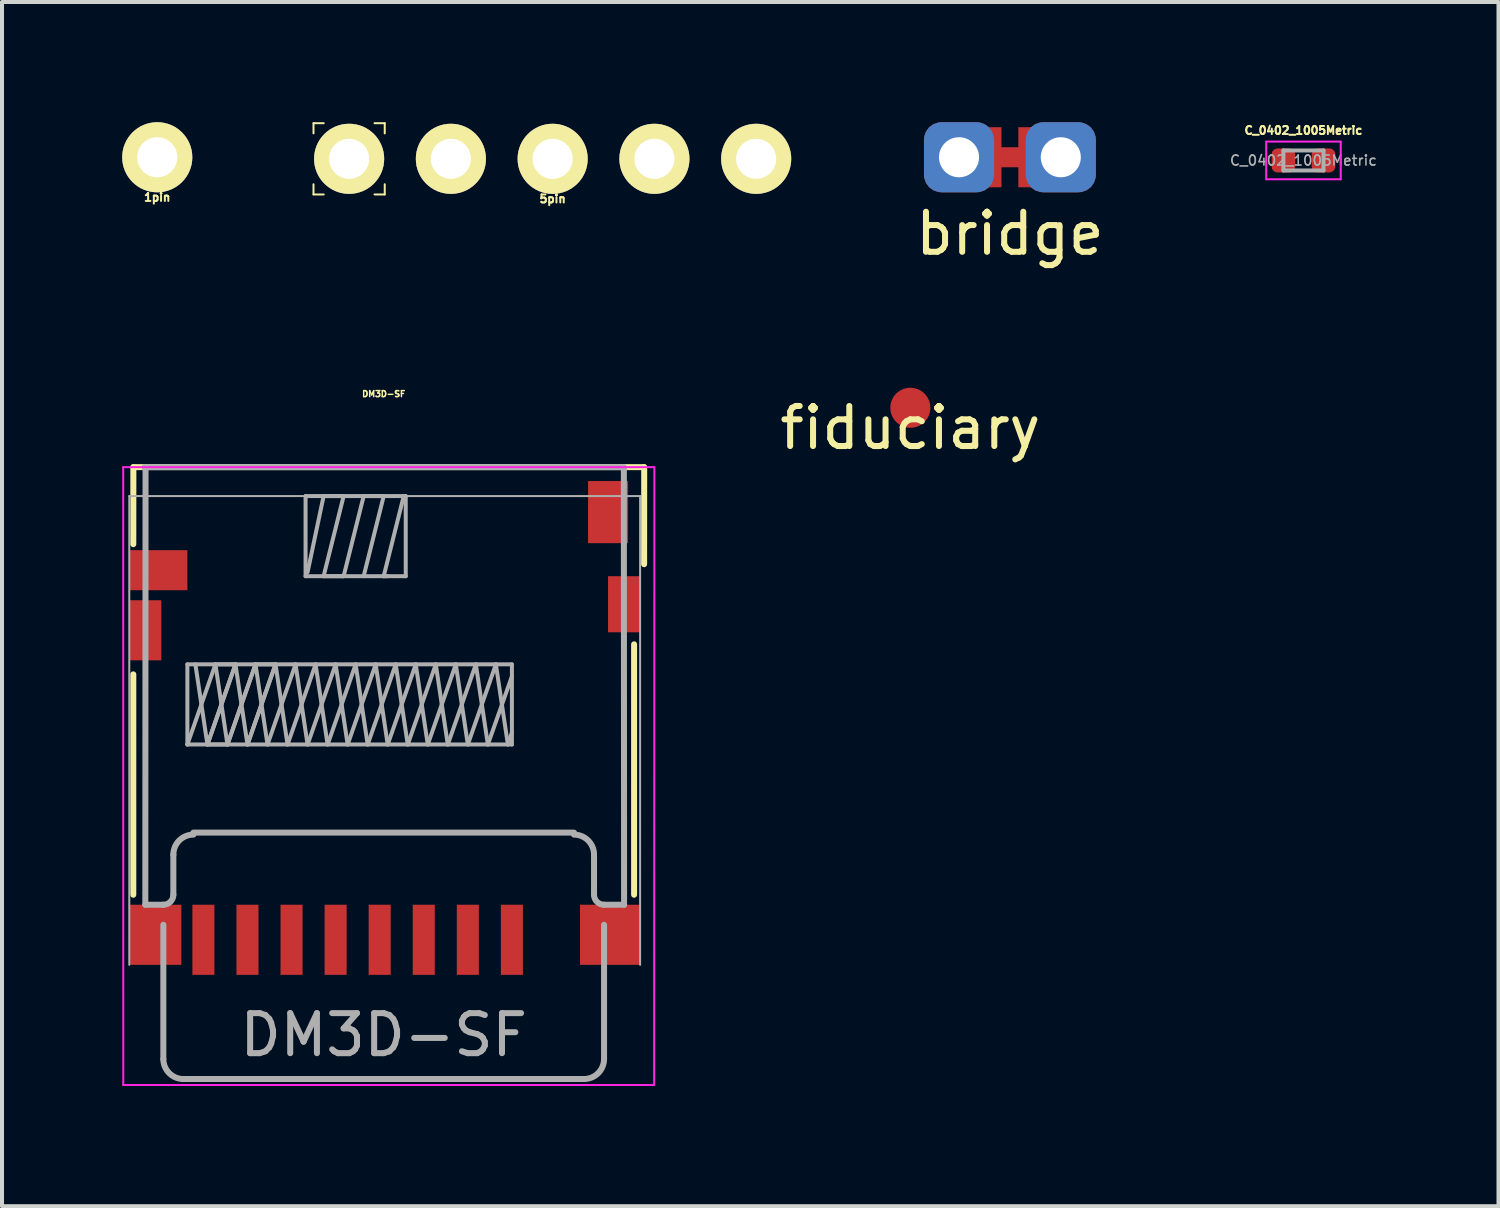
<source format=kicad_pcb>
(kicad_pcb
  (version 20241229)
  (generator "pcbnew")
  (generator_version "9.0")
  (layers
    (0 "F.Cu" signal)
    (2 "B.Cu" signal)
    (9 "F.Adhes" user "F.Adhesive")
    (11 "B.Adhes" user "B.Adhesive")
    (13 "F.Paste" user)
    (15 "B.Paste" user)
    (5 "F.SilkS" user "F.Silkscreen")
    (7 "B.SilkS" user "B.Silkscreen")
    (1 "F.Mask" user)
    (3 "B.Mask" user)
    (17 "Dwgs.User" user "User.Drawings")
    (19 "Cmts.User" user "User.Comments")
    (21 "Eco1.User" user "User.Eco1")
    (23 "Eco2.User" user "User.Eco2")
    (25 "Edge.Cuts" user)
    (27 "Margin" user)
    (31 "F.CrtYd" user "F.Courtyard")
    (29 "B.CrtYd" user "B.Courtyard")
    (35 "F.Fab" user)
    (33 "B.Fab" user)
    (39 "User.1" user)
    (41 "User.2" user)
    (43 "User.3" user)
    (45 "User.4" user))
  (footprint "bridge"
    (layer "F.Cu")
    (at 22.157 0.875)
    (property "Reference" "bridge" (at 0 1.905 0) (layer "F.SilkS") (effects (font (size 1 1) (thickness 0.15))))
    (attr through_hole)
    (pad "1" thru_hole roundrect (at -1.27 0) (size 1.75 1.75) (drill 1) (layers "*.Cu" "*.Mask") (roundrect_rratio 0.25))
    (pad "1" connect rect (at -0.635 0) (size 0.85 1.5) (layers "F.Cu" "F.Mask"))
    (pad "2" smd rect (at 0 0) (size 1 0.5) (layers "F.Cu" "F.Mask"))
    (pad "2" connect rect (at 0.635 0) (size 0.85 1.5) (layers "F.Cu" "F.Mask"))
    (pad "3" thru_hole roundrect (at 1.27 0) (size 1.75 1.75) (drill 1) (layers "*.Cu" "*.Mask") (roundrect_rratio 0.25)))
  (footprint "1pin"
    (layer "F.Cu")
    (at 0.875 0.875)
    (property "Reference" "1pin" (at 0 1 0) (layer "F.SilkS") (effects (font (size 0.2 0.2) (thickness 0.05))))
    (attr through_hole)
    (pad "1" thru_hole circle (at 0 0) (size 1.75 1.75) (drill 1) (layers "*.Cu" "*.Mask" "F.SilkS")))
  (footprint "5pin"
    (layer "F.Cu")
    (at 10.744 0.914)
    (property "Reference" "5pin" (at 0 1 0) (layer "F.SilkS") (effects (font (size 0.2 0.2) (thickness 0.05))))
    (attr through_hole)
    (fp_line (start -5.969 -0.889) (end -5.715 -0.889) (stroke (width 0.05) (type solid)) (layer "F.SilkS"))
    (fp_line (start -5.969 -0.635) (end -5.969 -0.889) (stroke (width 0.05) (type solid)) (layer "F.SilkS"))
    (fp_line (start -5.969 0.635) (end -5.969 0.889) (stroke (width 0.05) (type solid)) (layer "F.SilkS"))
    (fp_line (start -5.969 0.889) (end -5.715 0.889) (stroke (width 0.05) (type solid)) (layer "F.SilkS"))
    (fp_line (start -4.445 -0.889) (end -4.191 -0.889) (stroke (width 0.05) (type solid)) (layer "F.SilkS"))
    (fp_line (start -4.445 0.889) (end -4.191 0.889) (stroke (width 0.05) (type solid)) (layer "F.SilkS"))
    (fp_line (start -4.191 -0.889) (end -4.191 -0.635) (stroke (width 0.05) (type solid)) (layer "F.SilkS"))
    (fp_line (start -4.191 0.889) (end -4.191 0.635) (stroke (width 0.05) (type solid)) (layer "F.SilkS"))
    (pad "1" thru_hole circle (at -5.08 0) (size 1.75 1.75) (drill 1) (layers "*.Cu" "*.Mask" "F.SilkS"))
    (pad "2" thru_hole circle (at -2.54 0) (size 1.75 1.75) (drill 1) (layers "*.Cu" "*.Mask" "F.SilkS"))
    (pad "3" thru_hole circle (at 0 0) (size 1.75 1.75) (drill 1) (layers "*.Cu" "*.Mask" "F.SilkS"))
    (pad "4" thru_hole circle (at 2.54 0) (size 1.75 1.75) (drill 1) (layers "*.Cu" "*.Mask" "F.SilkS"))
    (pad "5" thru_hole circle (at 5.08 0) (size 1.75 1.75) (drill 1) (layers "*.Cu" "*.Mask" "F.SilkS")))
  (footprint "DM3D-SF"
    (layer "F.Cu")
    (at 6.527 19.532)
    (property "Reference" "DM3D-SF" (at 0 -12.75 0) (layer "F.SilkS") (effects (font (size 0.15 0.15) (thickness 0.037))))
    (attr smd)
    (fp_line (start -6.25 -10.922) (end 6.5 -10.922) (stroke (width 0.15) (type solid)) (layer "F.SilkS"))
    (fp_line (start -6.25 -9) (end -6.248 -10.922) (stroke (width 0.15) (type solid)) (layer "F.SilkS"))
    (fp_line (start -6.25 -5.75) (end -6.25 -0.25) (stroke (width 0.15) (type solid)) (layer "F.SilkS"))
    (fp_line (start 6.25 -6.5) (end 6.25 -0.25) (stroke (width 0.15) (type solid)) (layer "F.SilkS"))
    (fp_line (start 6.502 -10.922) (end 6.5 -8.5) (stroke (width 0.15) (type solid)) (layer "F.SilkS"))
    (fp_line (start -6.5 -10.922) (end 6.75 -10.922) (stroke (width 0.05) (type solid)) (layer "F.CrtYd"))
    (fp_line (start -6.5 4.5) (end -6.502 -10.922) (stroke (width 0.05) (type solid)) (layer "F.CrtYd"))
    (fp_line (start 6.75 4.5) (end -6.5 4.5) (stroke (width 0.05) (type solid)) (layer "F.CrtYd"))
    (fp_line (start 6.756 -10.922) (end 6.75 4.5) (stroke (width 0.05) (type solid)) (layer "F.CrtYd"))
    (fp_line (start -6.35 -10.2) (end 6.4 -10.2) (stroke (width 0.05) (type solid)) (layer "F.Fab"))
    (fp_line (start -6.35 1.5) (end -6.35 -10.2) (stroke (width 0.05) (type solid)) (layer "F.Fab"))
    (fp_line (start -5.969 -10.922) (end 5.981 -10.922) (stroke (width 0.15) (type solid)) (layer "F.Fab"))
    (fp_line (start -5.95 0) (end -5.944 -10.922) (stroke (width 0.15) (type solid)) (layer "F.Fab"))
    (fp_line (start -5.95 0) (end -5.5 0) (stroke (width 0.15) (type solid)) (layer "F.Fab"))
    (fp_line (start -5.5 0.5) (end -5.5 3.85) (stroke (width 0.15) (type solid)) (layer "F.Fab"))
    (fp_line (start -5.25 -0.25) (end -5.25 -1.25) (stroke (width 0.15) (type solid)) (layer "F.Fab"))
    (fp_line (start -5 4.35) (end 5 4.35) (stroke (width 0.15) (type solid)) (layer "F.Fab"))
    (fp_line (start -4.9 -6) (end -4.9 -4) (stroke (width 0.1) (type solid)) (layer "F.Fab"))
    (fp_line (start -4.9 -6) (end 3.2 -6) (stroke (width 0.1) (type solid)) (layer "F.Fab"))
    (fp_line (start -4.9 -4) (end -4.2 -6) (stroke (width 0.1) (type solid)) (layer "F.Fab"))
    (fp_line (start -4.9 -4) (end 3.2 -4) (stroke (width 0.1) (type solid)) (layer "F.Fab"))
    (fp_line (start -4.75 -1.8) (end 4.75 -1.8) (stroke (width 0.15) (type solid)) (layer "F.Fab"))
    (fp_line (start -4.7 -6) (end -4.4 -4) (stroke (width 0.1) (type solid)) (layer "F.Fab"))
    (fp_line (start -4.4 -4) (end -3.9 -4) (stroke (width 0.1) (type solid)) (layer "F.Fab"))
    (fp_line (start -4.4 -4) (end -3.7 -6) (stroke (width 0.1) (type solid)) (layer "F.Fab"))
    (fp_line (start -4.2 -6) (end -3.9 -4) (stroke (width 0.1) (type solid)) (layer "F.Fab"))
    (fp_line (start -4.2 -6) (end -3.7 -6) (stroke (width 0.1) (type solid)) (layer "F.Fab"))
    (fp_line (start -3.9 -4) (end -3.2 -6) (stroke (width 0.1) (type solid)) (layer "F.Fab"))
    (fp_line (start -3.9 -4) (end -3.2 -6) (stroke (width 0.1) (type solid)) (layer "F.Fab"))
    (fp_line (start -3.7 -6) (end -4.4 -4) (stroke (width 0.1) (type solid)) (layer "F.Fab"))
    (fp_line (start -3.7 -6) (end -3.4 -4) (stroke (width 0.1) (type solid)) (layer "F.Fab"))
    (fp_line (start -3.4 -4) (end -2.7 -6) (stroke (width 0.1) (type solid)) (layer "F.Fab"))
    (fp_line (start -3.2 -6) (end -2.9 -4) (stroke (width 0.1) (type solid)) (layer "F.Fab"))
    (fp_line (start -3.2 -6) (end -2.7 -6) (stroke (width 0.1) (type solid)) (layer "F.Fab"))
    (fp_line (start -2.9 -4) (end -2.2 -6) (stroke (width 0.1) (type solid)) (layer "F.Fab"))
    (fp_line (start -2.7 -6) (end -3.4 -4) (stroke (width 0.1) (type solid)) (layer "F.Fab"))
    (fp_line (start -2.7 -6) (end -2.4 -4) (stroke (width 0.1) (type solid)) (layer "F.Fab"))
    (fp_line (start -2.4 -4) (end -1.7 -6) (stroke (width 0.1) (type solid)) (layer "F.Fab"))
    (fp_line (start -2.2 -6) (end -1.9 -4) (stroke (width 0.1) (type solid)) (layer "F.Fab"))
    (fp_line (start -1.95 -10.2) (end -1.95 -8.2) (stroke (width 0.1) (type solid)) (layer "F.Fab"))
    (fp_line (start -1.9 -8.3) (end -1.5 -10.2) (stroke (width 0.1) (type solid)) (layer "F.Fab"))
    (fp_line (start -1.9 -4) (end -1.2 -6) (stroke (width 0.1) (type solid)) (layer "F.Fab"))
    (fp_line (start -1.7 -6) (end -1.4 -4) (stroke (width 0.1) (type solid)) (layer "F.Fab"))
    (fp_line (start -1.5 -10.2) (end -1 -10.2) (stroke (width 0.1) (type solid)) (layer "F.Fab"))
    (fp_line (start -1.5 -8.2) (end -1 -8.2) (stroke (width 0.1) (type solid)) (layer "F.Fab"))
    (fp_line (start -1.4 -4) (end -0.7 -6) (stroke (width 0.1) (type solid)) (layer "F.Fab"))
    (fp_line (start -1.2 -6) (end -0.9 -4) (stroke (width 0.1) (type solid)) (layer "F.Fab"))
    (fp_line (start -1 -10.2) (end -1.5 -8.2) (stroke (width 0.1) (type solid)) (layer "F.Fab"))
    (fp_line (start -1 -8.2) (end -0.5 -10.2) (stroke (width 0.1) (type solid)) (layer "F.Fab"))
    (fp_line (start -0.9 -4) (end -0.2 -6) (stroke (width 0.1) (type solid)) (layer "F.Fab"))
    (fp_line (start -0.7 -6) (end -0.4 -4) (stroke (width 0.1) (type solid)) (layer "F.Fab"))
    (fp_line (start -0.5 -10.2) (end 0 -10.2) (stroke (width 0.1) (type solid)) (layer "F.Fab"))
    (fp_line (start -0.4 -4) (end 0.3 -6) (stroke (width 0.1) (type solid)) (layer "F.Fab"))
    (fp_line (start -0.2 -6) (end 0.1 -4) (stroke (width 0.1) (type solid)) (layer "F.Fab"))
    (fp_line (start 0 -10.2) (end -0.5 -8.2) (stroke (width 0.1) (type solid)) (layer "F.Fab"))
    (fp_line (start 0 -8.2) (end 0.5 -10.2) (stroke (width 0.1) (type solid)) (layer "F.Fab"))
    (fp_line (start 0.1 -8.2) (end 0 -8.2) (stroke (width 0.1) (type solid)) (layer "F.Fab"))
    (fp_line (start 0.1 -4) (end 0.8 -6) (stroke (width 0.1) (type solid)) (layer "F.Fab"))
    (fp_line (start 0.3 -6) (end 0.6 -4) (stroke (width 0.1) (type solid)) (layer "F.Fab"))
    (fp_line (start 0.55 -10.2) (end -1.95 -10.2) (stroke (width 0.1) (type solid)) (layer "F.Fab"))
    (fp_line (start 0.55 -8.2) (end -1.95 -8.2) (stroke (width 0.1) (type solid)) (layer "F.Fab"))
    (fp_line (start 0.55 -8.2) (end 0.55 -10.2) (stroke (width 0.1) (type solid)) (layer "F.Fab"))
    (fp_line (start 0.6 -4) (end 1.3 -6) (stroke (width 0.1) (type solid)) (layer "F.Fab"))
    (fp_line (start 0.8 -6) (end 1.1 -4) (stroke (width 0.1) (type solid)) (layer "F.Fab"))
    (fp_line (start 1.1 -4) (end 1.8 -6) (stroke (width 0.1) (type solid)) (layer "F.Fab"))
    (fp_line (start 1.3 -6) (end 1.6 -4) (stroke (width 0.1) (type solid)) (layer "F.Fab"))
    (fp_line (start 1.6 -4) (end 2.3 -6) (stroke (width 0.1) (type solid)) (layer "F.Fab"))
    (fp_line (start 1.8 -6) (end 2.1 -4) (stroke (width 0.1) (type solid)) (layer "F.Fab"))
    (fp_line (start 2.1 -4) (end 2.8 -6) (stroke (width 0.1) (type solid)) (layer "F.Fab"))
    (fp_line (start 2.3 -6) (end 2.6 -4) (stroke (width 0.1) (type solid)) (layer "F.Fab"))
    (fp_line (start 2.6 -4) (end 3.2 -5.7) (stroke (width 0.1) (type solid)) (layer "F.Fab"))
    (fp_line (start 2.8 -6) (end 3.1 -4) (stroke (width 0.1) (type solid)) (layer "F.Fab"))
    (fp_line (start 3.1 -4) (end 3.2 -4.3) (stroke (width 0.1) (type solid)) (layer "F.Fab"))
    (fp_line (start 3.2 -4) (end 3.2 -6) (stroke (width 0.1) (type solid)) (layer "F.Fab"))
    (fp_line (start 5.25 -0.25) (end 5.25 -1.25) (stroke (width 0.15) (type solid)) (layer "F.Fab"))
    (fp_line (start 5.5 0) (end 6 0) (stroke (width 0.15) (type solid)) (layer "F.Fab"))
    (fp_line (start 5.5 3.85) (end 5.5 0.5) (stroke (width 0.15) (type solid)) (layer "F.Fab"))
    (fp_line (start 6 0) (end 5.994 -10.922) (stroke (width 0.15) (type solid)) (layer "F.Fab"))
    (fp_line (start 6.4 1.5) (end 6.4 -10.2) (stroke (width 0.05) (type solid)) (layer "F.Fab"))
    (fp_arc (start -5.25 -1.25) (mid -5.103553 -1.603553) (end -4.75 -1.75) (stroke (width 0.15) (type solid)) (layer "F.Fab"))
    (fp_arc (start -5.25 -0.25) (mid -5.323223 -0.073223) (end -5.5 0) (stroke (width 0.15) (type solid)) (layer "F.Fab"))
    (fp_arc (start -5 4.35) (mid -5.353553 4.203553) (end -5.5 3.85) (stroke (width 0.15) (type solid)) (layer "F.Fab"))
    (fp_arc (start 4.75 -1.75) (mid 5.103553 -1.603553) (end 5.25 -1.25) (stroke (width 0.15) (type solid)) (layer "F.Fab"))
    (fp_arc (start 5.5 0) (mid 5.323223 -0.073223) (end 5.25 -0.25) (stroke (width 0.15) (type solid)) (layer "F.Fab"))
    (fp_arc (start 5.5 3.85) (mid 5.353553 4.203553) (end 5 4.35) (stroke (width 0.15) (type solid)) (layer "F.Fab"))
    (fp_text user "${REFERENCE}" (at 0 3.25 0) (layer "F.Fab") (effects (font (size 1 1) (thickness 0.15))))
    (pad "1" smd rect (at 3.2 0.875) (size 0.55 1.75) (layers "F.Cu" "F.Mask" "F.Paste"))
    (pad "2" smd rect (at 2.1 0.875) (size 0.55 1.75) (layers "F.Cu" "F.Mask" "F.Paste"))
    (pad "3" smd rect (at 1 0.875) (size 0.55 1.75) (layers "F.Cu" "F.Mask" "F.Paste"))
    (pad "4" smd rect (at -0.1 0.875) (size 0.55 1.75) (layers "F.Cu" "F.Mask" "F.Paste"))
    (pad "5" smd rect (at -1.2 0.875) (size 0.55 1.75) (layers "F.Cu" "F.Mask" "F.Paste"))
    (pad "6" smd rect (at -2.3 0.875) (size 0.55 1.75) (layers "F.Cu" "F.Mask" "F.Paste"))
    (pad "7" smd rect (at -3.4 0.875) (size 0.55 1.75) (layers "F.Cu" "F.Mask" "F.Paste"))
    (pad "8" smd rect (at -4.5 0.875) (size 0.55 1.75) (layers "F.Cu" "F.Mask" "F.Paste"))
    (pad "9" smd rect (at -5.7 0.75) (size 1.3 1.5) (layers "F.Cu" "F.Mask" "F.Paste"))
    (pad "10" smd rect (at -5.95 -6.85) (size 0.8 1.5) (layers "F.Cu" "F.Mask" "F.Paste"))
    (pad "11" smd rect (at 6 -7.5) (size 0.8 1.4) (layers "F.Cu" "F.Mask" "F.Paste"))
    (pad "12" smd rect (at 5.65 0.75) (size 1.5 1.5) (layers "F.Cu" "F.Mask" "F.Paste"))
    (pad "A" smd rect (at 5.6 -9.8) (size 1 1.55) (layers "F.Cu" "F.Mask" "F.Paste"))
    (pad "B" smd rect (at -5.625 -8.35) (size 1.45 1) (layers "F.Cu" "F.Mask" "F.Paste")))
  (footprint "fiduciary"
    (layer "F.Cu")
    (at 19.672 7.128)
    (property "Reference" "fiduciary" (at 0 0.5 0) (layer "F.SilkS") (effects (font (size 1 1) (thickness 0.15))))
    (attr through_hole)
    (pad "~" smd circle (at 0 0) (size 1 1) (layers "F.Cu" "F.Mask")))
  (footprint "C_0402_1005Metric"
    (layer "F.Cu")
    (at 29.484 0.955)
    (property "Reference" "C_0402_1005Metric" (at 0 -0.75 0) (layer "F.SilkS") (effects (font (size 0.2 0.2) (thickness 0.05))))
    (attr smd)
    (fp_line (start -0.93 -0.47) (end 0.93 -0.47) (stroke (width 0.05) (type solid)) (layer "F.CrtYd"))
    (fp_line (start -0.93 0.47) (end -0.93 -0.47) (stroke (width 0.05) (type solid)) (layer "F.CrtYd"))
    (fp_line (start 0.93 -0.47) (end 0.93 0.47) (stroke (width 0.05) (type solid)) (layer "F.CrtYd"))
    (fp_line (start 0.93 0.47) (end -0.93 0.47) (stroke (width 0.05) (type solid)) (layer "F.CrtYd"))
    (fp_line (start -0.5 -0.25) (end 0.5 -0.25) (stroke (width 0.1) (type solid)) (layer "F.Fab"))
    (fp_line (start -0.5 0.25) (end -0.5 -0.25) (stroke (width 0.1) (type solid)) (layer "F.Fab"))
    (fp_line (start 0.5 -0.25) (end 0.5 0.25) (stroke (width 0.1) (type solid)) (layer "F.Fab"))
    (fp_line (start 0.5 0.25) (end -0.5 0.25) (stroke (width 0.1) (type solid)) (layer "F.Fab"))
    (fp_text user "${REFERENCE}" (at 0 0 0) (layer "F.Fab") (effects (font (size 0.25 0.25) (thickness 0.04))))
    (pad "1" smd roundrect (at -0.5 0) (size 0.59 0.6) (layers "F.Cu" "F.Mask" "F.Paste") (roundrect_rratio 0.25))
    (pad "2" smd roundrect (at 0.5 0) (size 0.59 0.6) (layers "F.Cu" "F.Mask" "F.Paste") (roundrect_rratio 0.25)))
  (gr_rect
    (start -3 -3)
    (end 34.352 27.057)
    (stroke (width 0.1) (type default))
    (fill no)
    (layer "Edge.Cuts")))
</source>
